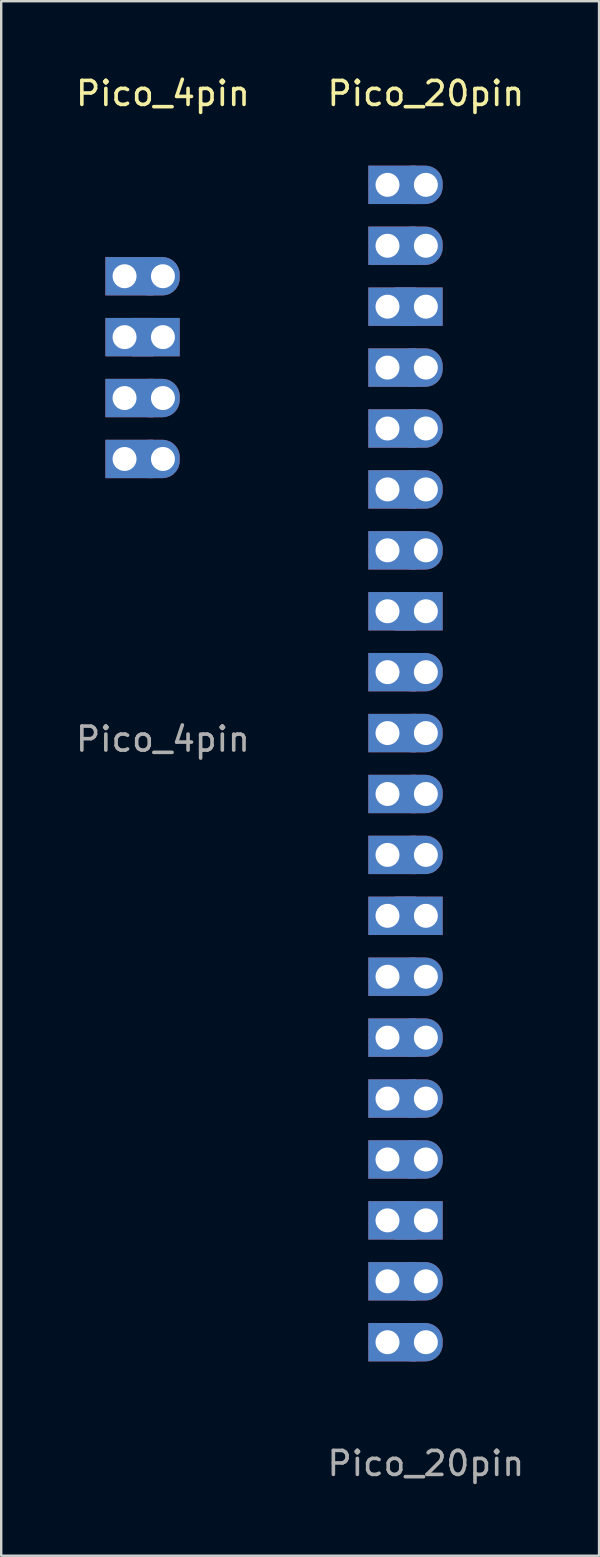
<source format=kicad_pcb>
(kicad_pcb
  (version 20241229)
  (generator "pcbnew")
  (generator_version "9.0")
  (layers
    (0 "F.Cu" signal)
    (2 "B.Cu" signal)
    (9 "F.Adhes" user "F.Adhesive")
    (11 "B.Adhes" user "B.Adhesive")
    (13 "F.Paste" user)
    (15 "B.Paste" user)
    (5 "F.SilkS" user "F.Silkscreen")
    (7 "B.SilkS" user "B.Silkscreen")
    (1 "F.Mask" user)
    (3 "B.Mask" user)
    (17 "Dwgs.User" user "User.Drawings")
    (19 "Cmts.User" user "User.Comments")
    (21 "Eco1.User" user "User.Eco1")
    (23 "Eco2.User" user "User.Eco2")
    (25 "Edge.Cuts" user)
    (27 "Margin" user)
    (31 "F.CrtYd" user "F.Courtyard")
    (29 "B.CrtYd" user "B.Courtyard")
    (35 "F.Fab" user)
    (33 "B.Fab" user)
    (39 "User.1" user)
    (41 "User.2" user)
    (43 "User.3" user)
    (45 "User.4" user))
  (footprint "Pico_20pin"
    (layer "F.Cu")
    (at 14.708 4.658)
    (property "Reference" "Pico_20pin" (at 0 -3.81 0) (unlocked yes) (layer "F.SilkS") (effects (font (size 1 1) (thickness 0.15))))
    (attr through_hole)
    (fp_line (start -1.6 -2.54) (end -1.6 50) (stroke (width 0.12) (type default)) (layer "User.4"))
    (fp_text user "${REFERENCE}" (at 0 53.316 0) (unlocked yes) (layer "F.Fab") (effects (font (size 1 1) (thickness 0.15))))
    (fp_text user "CUT" (at -1.344 -2.521 270) (unlocked yes) (layer "User.4") (effects (font (size 0.5 0.5) (thickness 0.08)) (justify left bottom)))
    (pad "1" thru_hole rect (at -1.6 0) (size 2 1.6) (drill 1 (offset 0.2 0)) (layers "*.Cu" "*.Mask"))
    (pad "1" thru_hole roundrect (at 0 0) (size 2 1.6) (drill 1 (offset -0.3 0)) (layers "*.Cu" "*.Mask") (roundrect_rratio 0.45))
    (pad "2" thru_hole rect (at -1.6 2.54) (size 2 1.6) (drill 1 (offset 0.2 0)) (layers "*.Cu" "*.Mask"))
    (pad "2" thru_hole roundrect (at 0 2.54) (size 2 1.6) (drill 1 (offset -0.3 0)) (layers "*.Cu" "*.Mask") (roundrect_rratio 0.45))
    (pad "3" thru_hole rect (at -1.6 5.08) (size 2 1.6) (drill 1 (offset 0.2 0)) (layers "*.Cu" "*.Mask"))
    (pad "3" thru_hole rect (at 0 5.08) (size 2 1.6) (drill 1 (offset -0.3 0)) (layers "*.Cu" "*.Mask"))
    (pad "4" thru_hole rect (at -1.6 7.62) (size 2 1.6) (drill 1 (offset 0.2 0)) (layers "*.Cu" "*.Mask"))
    (pad "4" thru_hole roundrect (at 0 7.62) (size 2 1.6) (drill 1 (offset -0.3 0)) (layers "*.Cu" "*.Mask") (roundrect_rratio 0.45))
    (pad "5" thru_hole rect (at -1.6 10.16) (size 2 1.6) (drill 1 (offset 0.2 0)) (layers "*.Cu" "*.Mask"))
    (pad "5" thru_hole roundrect (at 0 10.16) (size 2 1.6) (drill 1 (offset -0.3 0)) (layers "*.Cu" "*.Mask") (roundrect_rratio 0.45))
    (pad "6" thru_hole rect (at -1.6 12.7) (size 2 1.6) (drill 1 (offset 0.2 0)) (layers "*.Cu" "*.Mask"))
    (pad "6" thru_hole roundrect (at 0 12.7) (size 2 1.6) (drill 1 (offset -0.3 0)) (layers "*.Cu" "*.Mask") (roundrect_rratio 0.45))
    (pad "7" thru_hole rect (at -1.6 15.24) (size 2 1.6) (drill 1 (offset 0.2 0)) (layers "*.Cu" "*.Mask"))
    (pad "7" thru_hole roundrect (at 0 15.24) (size 2 1.6) (drill 1 (offset -0.3 0)) (layers "*.Cu" "*.Mask") (roundrect_rratio 0.45))
    (pad "8" thru_hole rect (at -1.6 17.78) (size 2 1.6) (drill 1 (offset 0.2 0)) (layers "*.Cu" "*.Mask"))
    (pad "8" thru_hole rect (at 0 17.78) (size 2 1.6) (drill 1 (offset -0.3 0)) (layers "*.Cu" "*.Mask"))
    (pad "9" thru_hole rect (at -1.6 20.32) (size 2 1.6) (drill 1 (offset 0.2 0)) (layers "*.Cu" "*.Mask"))
    (pad "9" thru_hole roundrect (at 0 20.32) (size 2 1.6) (drill 1 (offset -0.3 0)) (layers "*.Cu" "*.Mask") (roundrect_rratio 0.45))
    (pad "10" thru_hole rect (at -1.6 22.86) (size 2 1.6) (drill 1 (offset 0.2 0)) (layers "*.Cu" "*.Mask"))
    (pad "10" thru_hole roundrect (at 0 22.86) (size 2 1.6) (drill 1 (offset -0.3 0)) (layers "*.Cu" "*.Mask") (roundrect_rratio 0.45))
    (pad "11" thru_hole rect (at -1.6 25.4) (size 2 1.6) (drill 1 (offset 0.2 0)) (layers "*.Cu" "*.Mask"))
    (pad "11" thru_hole roundrect (at 0 25.4) (size 2 1.6) (drill 1 (offset -0.3 0)) (layers "*.Cu" "*.Mask") (roundrect_rratio 0.45))
    (pad "12" thru_hole rect (at -1.6 27.94) (size 2 1.6) (drill 1 (offset 0.2 0)) (layers "*.Cu" "*.Mask"))
    (pad "12" thru_hole roundrect (at 0 27.94) (size 2 1.6) (drill 1 (offset -0.3 0)) (layers "*.Cu" "*.Mask") (roundrect_rratio 0.45))
    (pad "13" thru_hole rect (at -1.6 30.48) (size 2 1.6) (drill 1 (offset 0.2 0)) (layers "*.Cu" "*.Mask"))
    (pad "13" thru_hole rect (at 0 30.48) (size 2 1.6) (drill 1 (offset -0.3 0)) (layers "*.Cu" "*.Mask"))
    (pad "14" thru_hole rect (at -1.6 33.02) (size 2 1.6) (drill 1 (offset 0.2 0)) (layers "*.Cu" "*.Mask"))
    (pad "14" thru_hole roundrect (at 0 33.02) (size 2 1.6) (drill 1 (offset -0.3 0)) (layers "*.Cu" "*.Mask") (roundrect_rratio 0.45))
    (pad "15" thru_hole rect (at -1.6 35.56) (size 2 1.6) (drill 1 (offset 0.2 0)) (layers "*.Cu" "*.Mask"))
    (pad "15" thru_hole roundrect (at 0 35.56) (size 2 1.6) (drill 1 (offset -0.3 0)) (layers "*.Cu" "*.Mask") (roundrect_rratio 0.45))
    (pad "16" thru_hole rect (at -1.6 38.1) (size 2 1.6) (drill 1 (offset 0.2 0)) (layers "*.Cu" "*.Mask"))
    (pad "16" thru_hole roundrect (at 0 38.1) (size 2 1.6) (drill 1 (offset -0.3 0)) (layers "*.Cu" "*.Mask") (roundrect_rratio 0.45))
    (pad "17" thru_hole rect (at -1.6 40.64) (size 2 1.6) (drill 1 (offset 0.2 0)) (layers "*.Cu" "*.Mask"))
    (pad "17" thru_hole roundrect (at 0 40.64) (size 2 1.6) (drill 1 (offset -0.3 0)) (layers "*.Cu" "*.Mask") (roundrect_rratio 0.45))
    (pad "18" thru_hole rect (at -1.6 43.18) (size 2 1.6) (drill 1 (offset 0.2 0)) (layers "*.Cu" "*.Mask"))
    (pad "18" thru_hole rect (at 0 43.18) (size 2 1.6) (drill 1 (offset -0.3 0)) (layers "*.Cu" "*.Mask"))
    (pad "19" thru_hole rect (at -1.6 45.72) (size 2 1.6) (drill 1 (offset 0.2 0)) (layers "*.Cu" "*.Mask"))
    (pad "19" thru_hole roundrect (at 0 45.72) (size 2 1.6) (drill 1 (offset -0.3 0)) (layers "*.Cu" "*.Mask") (roundrect_rratio 0.45))
    (pad "20" thru_hole rect (at -1.6 48.26) (size 2 1.6) (drill 1 (offset 0.2 0)) (layers "*.Cu" "*.Mask"))
    (pad "20" thru_hole roundrect (at 0 48.26) (size 2 1.6) (drill 1 (offset -0.3 0)) (layers "*.Cu" "*.Mask") (roundrect_rratio 0.45)))
  (footprint "Pico_4pin"
    (layer "F.Cu")
    (at 3.744 12.278)
    (property "Reference" "Pico_4pin" (at 0 -11.43 0) (unlocked yes) (layer "F.SilkS") (effects (font (size 1 1) (thickness 0.15))))
    (attr through_hole)
    (fp_line (start -1.6 -6.35) (end -1.6 5.08) (stroke (width 0.12) (type default)) (layer "User.4"))
    (fp_text user "${REFERENCE}" (at 0 15.494 0) (unlocked yes) (layer "F.Fab") (effects (font (size 1 1) (thickness 0.15))))
    (fp_text user "CUT" (at -1.27 -6.35 270) (unlocked yes) (layer "User.4") (effects (font (size 0.5 0.5) (thickness 0.08)) (justify left bottom)))
    (pad "1" thru_hole rect (at -1.6 -3.81) (size 2 1.6) (drill 1 (offset 0.2 0)) (layers "*.Cu" "*.Mask"))
    (pad "1" thru_hole roundrect (at 0 -3.81) (size 2 1.6) (drill 1 (offset -0.3 0)) (layers "*.Cu" "*.Mask") (roundrect_rratio 0.45))
    (pad "2" thru_hole rect (at -1.6 -1.27) (size 2 1.6) (drill 1 (offset 0.2 0)) (layers "*.Cu" "*.Mask"))
    (pad "2" thru_hole rect (at 0 -1.27) (size 2 1.6) (drill 1 (offset -0.3 0)) (layers "*.Cu" "*.Mask"))
    (pad "3" thru_hole rect (at -1.6 1.27) (size 2 1.6) (drill 1 (offset 0.2 0)) (layers "*.Cu" "*.Mask"))
    (pad "3" thru_hole roundrect (at 0 1.27) (size 2 1.6) (drill 1 (offset -0.3 0)) (layers "*.Cu" "*.Mask") (roundrect_rratio 0.45))
    (pad "4" thru_hole rect (at -1.6 3.81) (size 2 1.6) (drill 1 (offset 0.2 0)) (layers "*.Cu" "*.Mask"))
    (pad "4" thru_hole roundrect (at 0 3.81) (size 2 1.6) (drill 1 (offset -0.3 0)) (layers "*.Cu" "*.Mask") (roundrect_rratio 0.45)))
  (gr_rect
    (start -3 -3)
    (end 21.929 61.822)
    (stroke (width 0.1) (type default))
    (fill no)
    (layer "Edge.Cuts")))
</source>
